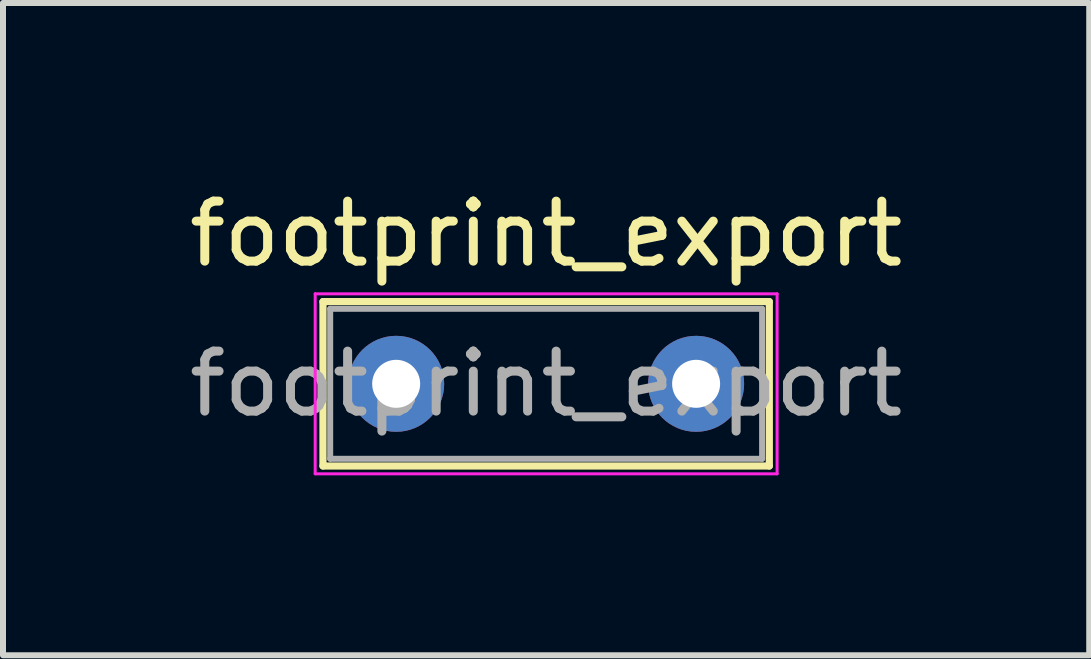
<source format=kicad_pcb>
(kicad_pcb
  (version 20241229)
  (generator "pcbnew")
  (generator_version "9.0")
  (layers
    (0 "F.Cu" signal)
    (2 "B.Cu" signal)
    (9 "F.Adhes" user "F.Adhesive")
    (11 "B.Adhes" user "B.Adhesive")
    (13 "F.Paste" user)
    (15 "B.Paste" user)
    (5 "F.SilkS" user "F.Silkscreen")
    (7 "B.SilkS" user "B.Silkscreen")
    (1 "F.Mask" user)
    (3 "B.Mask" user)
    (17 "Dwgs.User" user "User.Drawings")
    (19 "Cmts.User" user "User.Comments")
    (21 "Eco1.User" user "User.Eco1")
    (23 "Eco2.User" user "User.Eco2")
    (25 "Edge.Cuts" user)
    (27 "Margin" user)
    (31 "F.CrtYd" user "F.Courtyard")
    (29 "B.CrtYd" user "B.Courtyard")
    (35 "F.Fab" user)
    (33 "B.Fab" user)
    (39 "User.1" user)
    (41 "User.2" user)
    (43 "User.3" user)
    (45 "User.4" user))
  (footprint "footprint_export"
    (layer "F.Cu")
    (at 3.554 3.348)
    (property "Reference" "footprint_export" (at 2.5 -2.5 0) (layer "F.SilkS") (effects (font (size 1 1) (thickness 0.15))))
    (attr through_hole)
    (fp_line (start -1.22 -1.37) (end -1.22 1.37) (stroke (width 0.12) (type solid)) (layer "F.SilkS"))
    (fp_line (start -1.22 -1.37) (end 6.22 -1.37) (stroke (width 0.12) (type solid)) (layer "F.SilkS"))
    (fp_line (start -1.22 1.37) (end 6.22 1.37) (stroke (width 0.12) (type solid)) (layer "F.SilkS"))
    (fp_line (start 6.22 -1.37) (end 6.22 1.37) (stroke (width 0.12) (type solid)) (layer "F.SilkS"))
    (fp_line (start -1.35 -1.5) (end -1.35 1.5) (stroke (width 0.05) (type solid)) (layer "F.CrtYd"))
    (fp_line (start -1.35 1.5) (end 6.35 1.5) (stroke (width 0.05) (type solid)) (layer "F.CrtYd"))
    (fp_line (start 6.35 -1.5) (end -1.35 -1.5) (stroke (width 0.05) (type solid)) (layer "F.CrtYd"))
    (fp_line (start 6.35 1.5) (end 6.35 -1.5) (stroke (width 0.05) (type solid)) (layer "F.CrtYd"))
    (fp_line (start -1.1 -1.25) (end -1.1 1.25) (stroke (width 0.1) (type solid)) (layer "F.Fab"))
    (fp_line (start -1.1 1.25) (end 6.1 1.25) (stroke (width 0.1) (type solid)) (layer "F.Fab"))
    (fp_line (start 6.1 -1.25) (end -1.1 -1.25) (stroke (width 0.1) (type solid)) (layer "F.Fab"))
    (fp_line (start 6.1 1.25) (end 6.1 -1.25) (stroke (width 0.1) (type solid)) (layer "F.Fab"))
    (fp_text user "${REFERENCE}" (at 2.5 0 0) (layer "F.Fab") (effects (font (size 1 1) (thickness 0.15))))
    (pad "1" thru_hole circle (at 0 0) (size 1.6 1.6) (drill 0.8) (layers "*.Cu" "*.Mask"))
    (pad "2" thru_hole circle (at 5 0) (size 1.6 1.6) (drill 0.8) (layers "*.Cu" "*.Mask")))
  (gr_rect
    (start -3 -3)
    (end 15.107 7.873)
    (stroke (width 0.1) (type default))
    (fill no)
    (layer "Edge.Cuts")))
</source>
